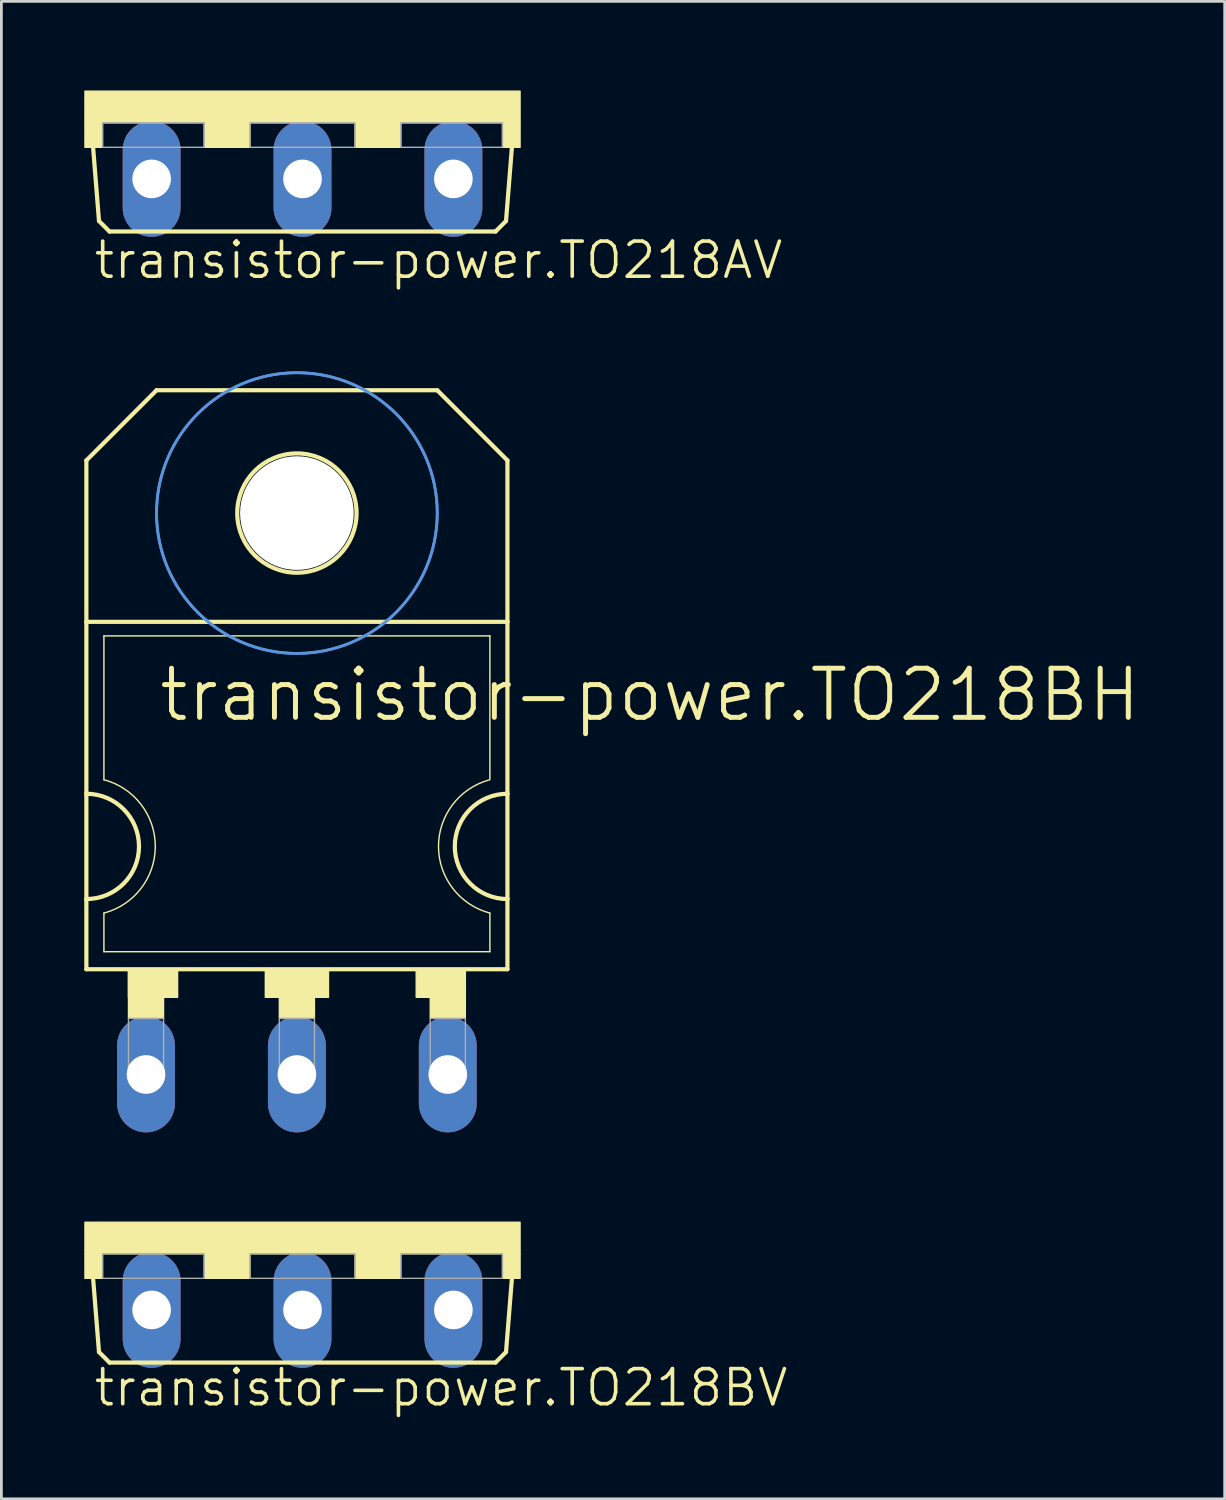
<source format=kicad_pcb>
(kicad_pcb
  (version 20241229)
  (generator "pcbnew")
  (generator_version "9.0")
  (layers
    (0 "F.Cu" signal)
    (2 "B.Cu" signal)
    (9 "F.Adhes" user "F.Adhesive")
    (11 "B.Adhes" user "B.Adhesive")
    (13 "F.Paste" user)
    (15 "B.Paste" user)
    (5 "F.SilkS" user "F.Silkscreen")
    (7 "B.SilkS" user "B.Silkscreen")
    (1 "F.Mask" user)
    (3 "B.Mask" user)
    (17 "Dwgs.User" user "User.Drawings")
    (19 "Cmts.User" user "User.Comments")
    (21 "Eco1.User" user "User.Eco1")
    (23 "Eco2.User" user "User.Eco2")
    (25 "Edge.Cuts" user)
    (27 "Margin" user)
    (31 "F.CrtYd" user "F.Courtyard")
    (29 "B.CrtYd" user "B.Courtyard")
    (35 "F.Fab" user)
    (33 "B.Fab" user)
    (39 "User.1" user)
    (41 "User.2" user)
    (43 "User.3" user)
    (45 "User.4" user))
  (footprint "transistor-power.TO218BV"
    (layer "F.Cu")
    (at 7.899 41.186)
    (property "Reference" "transistor-power.TO218BV" (at -7.62 6.731 0) (layer "F.SilkS") (effects (font (size 1.27 1.27) (thickness 0.13)) (justify left bottom)))
    (attr through_hole)
    (fp_line (start -7.366 4.699) (end -7.62 1.524) (stroke (width 0.152) (type default)) (layer "F.SilkS"))
    (fp_line (start -6.985 5.08) (end -7.366 4.699) (stroke (width 0.152) (type default)) (layer "F.SilkS"))
    (fp_line (start -6.985 5.08) (end 6.985 5.08) (stroke (width 0.152) (type default)) (layer "F.SilkS"))
    (fp_line (start 6.985 5.08) (end 7.366 4.699) (stroke (width 0.152) (type default)) (layer "F.SilkS"))
    (fp_line (start 7.366 4.699) (end 7.62 1.524) (stroke (width 0.152) (type default)) (layer "F.SilkS"))
    (fp_rect (start -7.874 1.143) (end 7.874 0) (stroke (width 0.05) (type default)) (fill yes) (layer "F.SilkS"))
    (fp_rect (start -7.874 2.032) (end -7.239 1.143) (stroke (width 0.05) (type default)) (fill yes) (layer "F.SilkS"))
    (fp_rect (start -3.556 2.032) (end -1.905 1.143) (stroke (width 0.05) (type default)) (fill yes) (layer "F.SilkS"))
    (fp_rect (start 1.905 2.032) (end 3.556 1.143) (stroke (width 0.05) (type default)) (fill yes) (layer "F.SilkS"))
    (fp_rect (start 7.239 2.032) (end 7.874 1.143) (stroke (width 0.05) (type default)) (fill yes) (layer "F.SilkS"))
    (fp_rect (start -7.239 2.032) (end -3.556 1.143) (stroke (width 0.05) (type default)) (fill no) (layer "F.Fab"))
    (fp_rect (start -1.905 2.032) (end 1.905 1.143) (stroke (width 0.05) (type default)) (fill no) (layer "F.Fab"))
    (fp_rect (start 3.556 2.032) (end 7.239 1.143) (stroke (width 0.05) (type default)) (fill no) (layer "F.Fab"))
    (pad "D" thru_hole oval (at 0 3.175 90) (size 4.191 2.095) (drill 1.397) (layers "*.Cu" "*.Mask"))
    (pad "G" thru_hole oval (at -5.461 3.175 90) (size 4.191 2.095) (drill 1.397) (layers "*.Cu" "*.Mask"))
    (pad "S" thru_hole oval (at 5.461 3.175 90) (size 4.191 2.095) (drill 1.397) (layers "*.Cu" "*.Mask")))
  (footprint "transistor-power.TO218AV"
    (layer "F.Cu")
    (at 7.899 0.25)
    (property "Reference" "transistor-power.TO218AV" (at -7.62 6.858 0) (layer "F.SilkS") (effects (font (size 1.27 1.27) (thickness 0.13)) (justify left bottom)))
    (attr through_hole)
    (fp_line (start -7.366 4.699) (end -7.62 1.524) (stroke (width 0.152) (type default)) (layer "F.SilkS"))
    (fp_line (start -6.985 5.08) (end -7.366 4.699) (stroke (width 0.152) (type default)) (layer "F.SilkS"))
    (fp_line (start -6.985 5.08) (end 6.985 5.08) (stroke (width 0.152) (type default)) (layer "F.SilkS"))
    (fp_line (start 6.985 5.08) (end 7.366 4.699) (stroke (width 0.152) (type default)) (layer "F.SilkS"))
    (fp_line (start 7.366 4.699) (end 7.62 1.524) (stroke (width 0.152) (type default)) (layer "F.SilkS"))
    (fp_rect (start -7.874 1.143) (end 7.874 0) (stroke (width 0.05) (type default)) (fill yes) (layer "F.SilkS"))
    (fp_rect (start -7.874 2.032) (end -7.239 1.143) (stroke (width 0.05) (type default)) (fill yes) (layer "F.SilkS"))
    (fp_rect (start -3.556 2.032) (end -1.905 1.143) (stroke (width 0.05) (type default)) (fill yes) (layer "F.SilkS"))
    (fp_rect (start 1.905 2.032) (end 3.556 1.143) (stroke (width 0.05) (type default)) (fill yes) (layer "F.SilkS"))
    (fp_rect (start 7.239 2.032) (end 7.874 1.143) (stroke (width 0.05) (type default)) (fill yes) (layer "F.SilkS"))
    (fp_rect (start -7.239 2.032) (end -3.556 1.143) (stroke (width 0.05) (type default)) (fill no) (layer "F.Fab"))
    (fp_rect (start -1.905 2.032) (end 1.905 1.143) (stroke (width 0.05) (type default)) (fill no) (layer "F.Fab"))
    (fp_rect (start 3.556 2.032) (end 7.239 1.143) (stroke (width 0.05) (type default)) (fill no) (layer "F.Fab"))
    (pad "B" thru_hole oval (at -5.461 3.175 90) (size 4.191 2.095) (drill 1.397) (layers "*.Cu" "*.Mask"))
    (pad "C" thru_hole oval (at 0 3.175 90) (size 4.191 2.095) (drill 1.397) (layers "*.Cu" "*.Mask"))
    (pad "E" thru_hole oval (at 5.461 3.175 90) (size 4.191 2.095) (drill 1.397) (layers "*.Cu" "*.Mask")))
  (footprint "transistor-power.TO218BH"
    (layer "F.Cu")
    (at 7.696 25.68)
    (property "Reference" "transistor-power.TO218BH" (at -5.08 -2.54 0) (layer "F.SilkS") (effects (font (size 1.778 1.778) (thickness 0.18)) (justify left bottom)))
    (attr through_hole)
    (fp_line (start -7.62 -12.065) (end -7.62 -6.223) (stroke (width 0.152) (type default)) (layer "F.SilkS"))
    (fp_line (start -7.62 -12.065) (end -5.08 -14.605) (stroke (width 0.152) (type default)) (layer "F.SilkS"))
    (fp_line (start -7.62 0) (end -7.62 -6.223) (stroke (width 0.152) (type default)) (layer "F.SilkS"))
    (fp_line (start -7.62 3.81) (end -7.62 0) (stroke (width 0.152) (type default)) (layer "F.SilkS"))
    (fp_line (start -7.62 6.35) (end -7.62 3.81) (stroke (width 0.152) (type default)) (layer "F.SilkS"))
    (fp_line (start -7.62 6.35) (end 7.62 6.35) (stroke (width 0.152) (type default)) (layer "F.SilkS"))
    (fp_line (start -6.985 -0.508) (end -6.985 -5.715) (stroke (width 0.051) (type default)) (layer "F.SilkS"))
    (fp_line (start -6.985 5.715) (end -6.985 4.318) (stroke (width 0.051) (type default)) (layer "F.SilkS"))
    (fp_line (start -6.985 5.715) (end 6.985 5.715) (stroke (width 0.051) (type default)) (layer "F.SilkS"))
    (fp_line (start 5.08 -14.605) (end -5.08 -14.605) (stroke (width 0.152) (type default)) (layer "F.SilkS"))
    (fp_line (start 6.985 -5.715) (end -6.985 -5.715) (stroke (width 0.051) (type default)) (layer "F.SilkS"))
    (fp_line (start 6.985 -0.508) (end 6.985 -5.715) (stroke (width 0.051) (type default)) (layer "F.SilkS"))
    (fp_line (start 6.985 5.715) (end 6.985 4.318) (stroke (width 0.051) (type default)) (layer "F.SilkS"))
    (fp_line (start 7.62 -12.065) (end 5.08 -14.605) (stroke (width 0.152) (type default)) (layer "F.SilkS"))
    (fp_line (start 7.62 -12.065) (end 7.62 -6.223) (stroke (width 0.152) (type default)) (layer "F.SilkS"))
    (fp_line (start 7.62 -6.223) (end -7.62 -6.223) (stroke (width 0.152) (type default)) (layer "F.SilkS"))
    (fp_line (start 7.62 -6.223) (end 7.62 0) (stroke (width 0.152) (type default)) (layer "F.SilkS"))
    (fp_line (start 7.62 0) (end 7.62 3.81) (stroke (width 0.152) (type default)) (layer "F.SilkS"))
    (fp_line (start 7.62 3.81) (end 7.62 6.35) (stroke (width 0.152) (type default)) (layer "F.SilkS"))
    (fp_rect (start -6.096 7.366) (end -4.318 6.35) (stroke (width 0.05) (type default)) (fill yes) (layer "F.SilkS"))
    (fp_rect (start -6.096 8.128) (end -4.826 6.35) (stroke (width 0.05) (type default)) (fill yes) (layer "F.SilkS"))
    (fp_rect (start -1.143 7.366) (end 1.143 6.35) (stroke (width 0.05) (type default)) (fill yes) (layer "F.SilkS"))
    (fp_rect (start -0.635 8.128) (end 0.635 6.35) (stroke (width 0.05) (type default)) (fill yes) (layer "F.SilkS"))
    (fp_rect (start 4.318 7.366) (end 6.096 6.35) (stroke (width 0.05) (type default)) (fill yes) (layer "F.SilkS"))
    (fp_rect (start 4.826 8.128) (end 6.096 6.35) (stroke (width 0.05) (type default)) (fill yes) (layer "F.SilkS"))
    (fp_arc (start -7.62 0) (mid -5.715 1.905) (end -7.62 3.81) (stroke (width 0.1524) (type default)) (layer "F.SilkS"))
    (fp_arc (start -6.985 -0.508) (mid -5.124844 1.905) (end -6.985 4.318) (stroke (width 0.0508) (type default)) (layer "F.SilkS"))
    (fp_arc (start 6.9851 4.3178) (mid 5.125035 1.921942) (end 6.9522 -0.4991) (stroke (width 0.0508) (type default)) (layer "F.SilkS"))
    (fp_arc (start 7.62 3.81) (mid 5.715 1.905) (end 7.62 0) (stroke (width 0.1524) (type default)) (layer "F.SilkS"))
    (fp_circle (center 0 -10.16) (end 2.159 -10.16) (stroke (width 0.152) (type default)) (fill no) (layer "F.SilkS"))
    (fp_circle (center 0 -10.16) (end 5.08 -10.16) (stroke (width 0.1) (type default)) (fill no) (layer "Cmts.User"))
    (fp_circle (center 0 -10.16) (end 5.08 -10.16) (stroke (width 0.1) (type default)) (fill no) (layer "Cmts.User"))
    (fp_rect (start -6.096 10.287) (end -4.826 8.128) (stroke (width 0.05) (type default)) (fill no) (layer "F.Fab"))
    (fp_rect (start -0.635 10.287) (end 0.635 8.128) (stroke (width 0.05) (type default)) (fill no) (layer "F.Fab"))
    (fp_rect (start 4.826 10.287) (end 6.096 8.128) (stroke (width 0.05) (type default)) (fill no) (layer "F.Fab"))
    (pad "" np_thru_hole circle (at 0 -10.16) (size 4.115 4.115) (drill 4.115) (layers "*.Cu" "*.Mask"))
    (pad "D" thru_hole oval (at 0 10.16 90) (size 4.191 2.095) (drill 1.397) (layers "*.Cu" "*.Mask"))
    (pad "G" thru_hole oval (at -5.461 10.16 90) (size 4.191 2.095) (drill 1.397) (layers "*.Cu" "*.Mask"))
    (pad "S" thru_hole oval (at 5.461 10.16 90) (size 4.191 2.095) (drill 1.397) (layers "*.Cu" "*.Mask")))
  (gr_rect
    (start -3 -3)
    (end 41.276 51.199)
    (stroke (width 0.1) (type default))
    (fill no)
    (layer "Edge.Cuts")))
</source>
